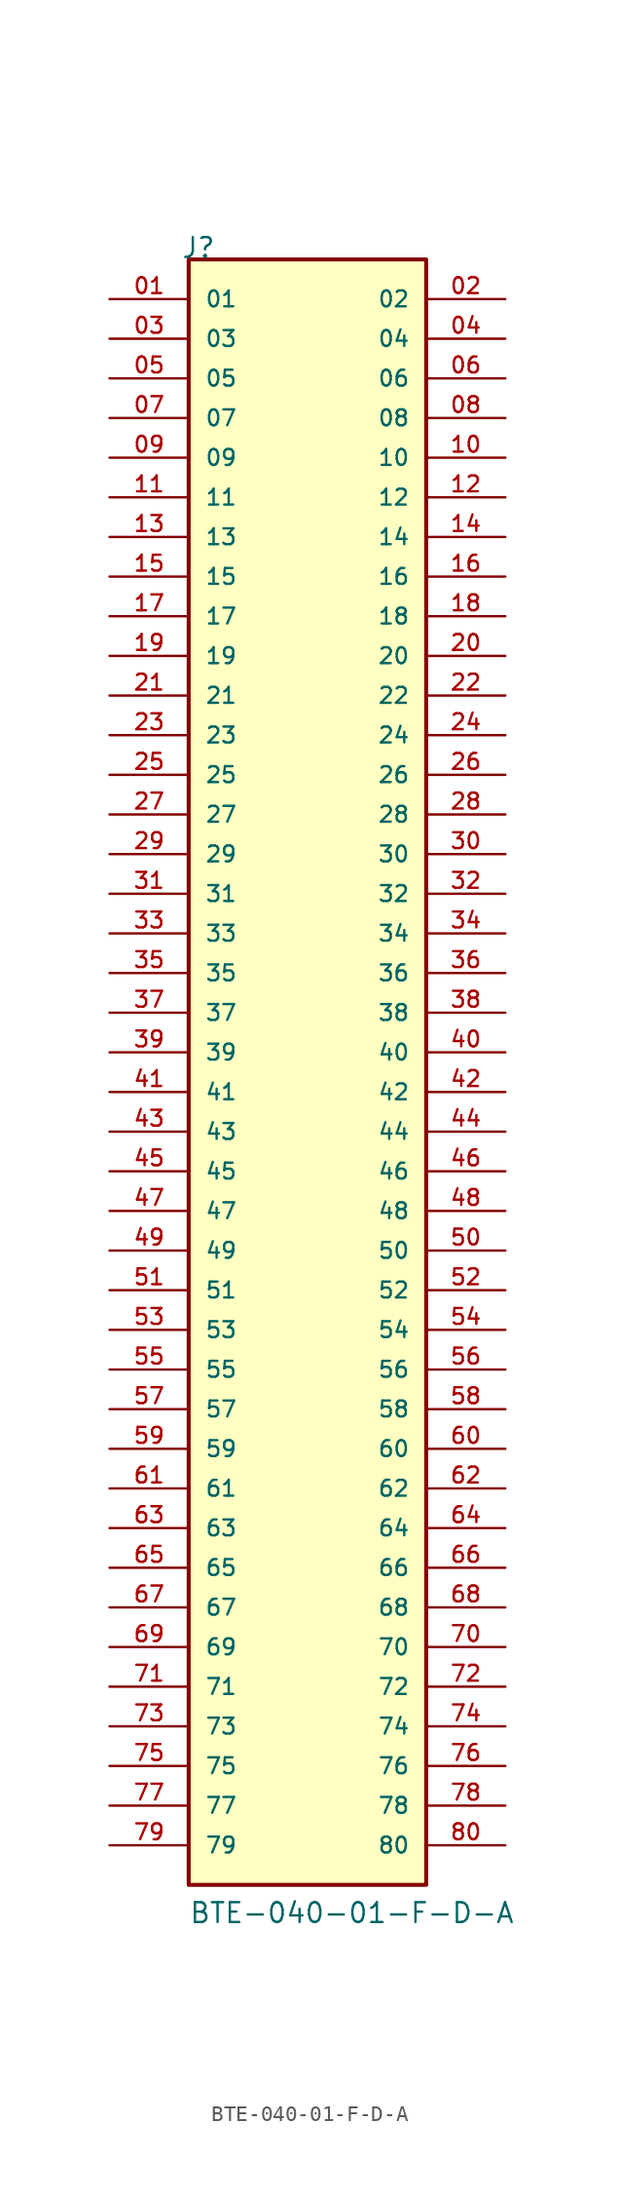
<source format=kicad_sym>
(kicad_symbol_lib
  (version 20231120)
  (generator "kicad_symbol_editor")
  (generator_version "8.0")
  (symbol "BTE-040-01-F-D-A"
    (pin_names
      (offset 1.016))
    (property "Reference" "J"
      (at -8.12 53.34 0)
      (effects (font (size 1.27 1.27)) (justify left bottom)))
    (property "Value" "BTE-040-01-F-D-A"
      (at -7.62 -53.34 0)
      (effects (font (size 1.27 1.27)) (justify left bottom)))
    (symbol "BTE-040-01-F-D-A_0_0"
      (rectangle (start -7.62 -50.8) (end 7.62 53.34) (stroke (width 0.254) (type default)) (fill (type background)))
      (pin passive line (at -12.7 50.8 0) (length 5.08) (name "01" (effects (font (size 1.016 1.016)))) (number "01" (effects (font (size 1.016 1.016)))))
      (pin passive line (at 12.7 50.8 180) (length 5.08) (name "02" (effects (font (size 1.016 1.016)))) (number "02" (effects (font (size 1.016 1.016)))))
      (pin passive line (at -12.7 48.26 0) (length 5.08) (name "03" (effects (font (size 1.016 1.016)))) (number "03" (effects (font (size 1.016 1.016)))))
      (pin passive line (at 12.7 48.26 180) (length 5.08) (name "04" (effects (font (size 1.016 1.016)))) (number "04" (effects (font (size 1.016 1.016)))))
      (pin passive line (at -12.7 45.72 0) (length 5.08) (name "05" (effects (font (size 1.016 1.016)))) (number "05" (effects (font (size 1.016 1.016)))))
      (pin passive line (at 12.7 45.72 180) (length 5.08) (name "06" (effects (font (size 1.016 1.016)))) (number "06" (effects (font (size 1.016 1.016)))))
      (pin passive line (at -12.7 43.18 0) (length 5.08) (name "07" (effects (font (size 1.016 1.016)))) (number "07" (effects (font (size 1.016 1.016)))))
      (pin passive line (at 12.7 43.18 180) (length 5.08) (name "08" (effects (font (size 1.016 1.016)))) (number "08" (effects (font (size 1.016 1.016)))))
      (pin passive line (at -12.7 40.64 0) (length 5.08) (name "09" (effects (font (size 1.016 1.016)))) (number "09" (effects (font (size 1.016 1.016)))))
      (pin passive line (at 12.7 40.64 180) (length 5.08) (name "10" (effects (font (size 1.016 1.016)))) (number "10" (effects (font (size 1.016 1.016)))))
      (pin passive line (at -12.7 38.1 0) (length 5.08) (name "11" (effects (font (size 1.016 1.016)))) (number "11" (effects (font (size 1.016 1.016)))))
      (pin passive line (at 12.7 38.1 180) (length 5.08) (name "12" (effects (font (size 1.016 1.016)))) (number "12" (effects (font (size 1.016 1.016)))))
      (pin passive line (at -12.7 35.56 0) (length 5.08) (name "13" (effects (font (size 1.016 1.016)))) (number "13" (effects (font (size 1.016 1.016)))))
      (pin passive line (at 12.7 35.56 180) (length 5.08) (name "14" (effects (font (size 1.016 1.016)))) (number "14" (effects (font (size 1.016 1.016)))))
      (pin passive line (at -12.7 33.02 0) (length 5.08) (name "15" (effects (font (size 1.016 1.016)))) (number "15" (effects (font (size 1.016 1.016)))))
      (pin passive line (at 12.7 33.02 180) (length 5.08) (name "16" (effects (font (size 1.016 1.016)))) (number "16" (effects (font (size 1.016 1.016)))))
      (pin passive line (at -12.7 30.48 0) (length 5.08) (name "17" (effects (font (size 1.016 1.016)))) (number "17" (effects (font (size 1.016 1.016)))))
      (pin passive line (at 12.7 30.48 180) (length 5.08) (name "18" (effects (font (size 1.016 1.016)))) (number "18" (effects (font (size 1.016 1.016)))))
      (pin passive line (at -12.7 27.94 0) (length 5.08) (name "19" (effects (font (size 1.016 1.016)))) (number "19" (effects (font (size 1.016 1.016)))))
      (pin passive line (at 12.7 27.94 180) (length 5.08) (name "20" (effects (font (size 1.016 1.016)))) (number "20" (effects (font (size 1.016 1.016)))))
      (pin passive line (at -12.7 25.4 0) (length 5.08) (name "21" (effects (font (size 1.016 1.016)))) (number "21" (effects (font (size 1.016 1.016)))))
      (pin passive line (at 12.7 25.4 180) (length 5.08) (name "22" (effects (font (size 1.016 1.016)))) (number "22" (effects (font (size 1.016 1.016)))))
      (pin passive line (at -12.7 22.86 0) (length 5.08) (name "23" (effects (font (size 1.016 1.016)))) (number "23" (effects (font (size 1.016 1.016)))))
      (pin passive line (at 12.7 22.86 180) (length 5.08) (name "24" (effects (font (size 1.016 1.016)))) (number "24" (effects (font (size 1.016 1.016)))))
      (pin passive line (at -12.7 20.32 0) (length 5.08) (name "25" (effects (font (size 1.016 1.016)))) (number "25" (effects (font (size 1.016 1.016)))))
      (pin passive line (at 12.7 20.32 180) (length 5.08) (name "26" (effects (font (size 1.016 1.016)))) (number "26" (effects (font (size 1.016 1.016)))))
      (pin passive line (at -12.7 17.78 0) (length 5.08) (name "27" (effects (font (size 1.016 1.016)))) (number "27" (effects (font (size 1.016 1.016)))))
      (pin passive line (at 12.7 17.78 180) (length 5.08) (name "28" (effects (font (size 1.016 1.016)))) (number "28" (effects (font (size 1.016 1.016)))))
      (pin passive line (at -12.7 15.24 0) (length 5.08) (name "29" (effects (font (size 1.016 1.016)))) (number "29" (effects (font (size 1.016 1.016)))))
      (pin passive line (at 12.7 15.24 180) (length 5.08) (name "30" (effects (font (size 1.016 1.016)))) (number "30" (effects (font (size 1.016 1.016)))))
      (pin passive line (at -12.7 12.7 0) (length 5.08) (name "31" (effects (font (size 1.016 1.016)))) (number "31" (effects (font (size 1.016 1.016)))))
      (pin passive line (at 12.7 12.7 180) (length 5.08) (name "32" (effects (font (size 1.016 1.016)))) (number "32" (effects (font (size 1.016 1.016)))))
      (pin passive line (at -12.7 10.16 0) (length 5.08) (name "33" (effects (font (size 1.016 1.016)))) (number "33" (effects (font (size 1.016 1.016)))))
      (pin passive line (at 12.7 10.16 180) (length 5.08) (name "34" (effects (font (size 1.016 1.016)))) (number "34" (effects (font (size 1.016 1.016)))))
      (pin passive line (at -12.7 7.62 0) (length 5.08) (name "35" (effects (font (size 1.016 1.016)))) (number "35" (effects (font (size 1.016 1.016)))))
      (pin passive line (at 12.7 7.62 180) (length 5.08) (name "36" (effects (font (size 1.016 1.016)))) (number "36" (effects (font (size 1.016 1.016)))))
      (pin passive line (at -12.7 5.08 0) (length 5.08) (name "37" (effects (font (size 1.016 1.016)))) (number "37" (effects (font (size 1.016 1.016)))))
      (pin passive line (at 12.7 5.08 180) (length 5.08) (name "38" (effects (font (size 1.016 1.016)))) (number "38" (effects (font (size 1.016 1.016)))))
      (pin passive line (at -12.7 2.54 0) (length 5.08) (name "39" (effects (font (size 1.016 1.016)))) (number "39" (effects (font (size 1.016 1.016)))))
      (pin passive line (at 12.7 2.54 180) (length 5.08) (name "40" (effects (font (size 1.016 1.016)))) (number "40" (effects (font (size 1.016 1.016)))))
      (pin passive line (at -12.7 0 0) (length 5.08) (name "41" (effects (font (size 1.016 1.016)))) (number "41" (effects (font (size 1.016 1.016)))))
      (pin passive line (at 12.7 0 180) (length 5.08) (name "42" (effects (font (size 1.016 1.016)))) (number "42" (effects (font (size 1.016 1.016)))))
      (pin passive line (at -12.7 -2.54 0) (length 5.08) (name "43" (effects (font (size 1.016 1.016)))) (number "43" (effects (font (size 1.016 1.016)))))
      (pin passive line (at 12.7 -2.54 180) (length 5.08) (name "44" (effects (font (size 1.016 1.016)))) (number "44" (effects (font (size 1.016 1.016)))))
      (pin passive line (at -12.7 -5.08 0) (length 5.08) (name "45" (effects (font (size 1.016 1.016)))) (number "45" (effects (font (size 1.016 1.016)))))
      (pin passive line (at 12.7 -5.08 180) (length 5.08) (name "46" (effects (font (size 1.016 1.016)))) (number "46" (effects (font (size 1.016 1.016)))))
      (pin passive line (at -12.7 -7.62 0) (length 5.08) (name "47" (effects (font (size 1.016 1.016)))) (number "47" (effects (font (size 1.016 1.016)))))
      (pin passive line (at 12.7 -7.62 180) (length 5.08) (name "48" (effects (font (size 1.016 1.016)))) (number "48" (effects (font (size 1.016 1.016)))))
      (pin passive line (at -12.7 -10.16 0) (length 5.08) (name "49" (effects (font (size 1.016 1.016)))) (number "49" (effects (font (size 1.016 1.016)))))
      (pin passive line (at 12.7 -10.16 180) (length 5.08) (name "50" (effects (font (size 1.016 1.016)))) (number "50" (effects (font (size 1.016 1.016)))))
      (pin passive line (at -12.7 -12.7 0) (length 5.08) (name "51" (effects (font (size 1.016 1.016)))) (number "51" (effects (font (size 1.016 1.016)))))
      (pin passive line (at 12.7 -12.7 180) (length 5.08) (name "52" (effects (font (size 1.016 1.016)))) (number "52" (effects (font (size 1.016 1.016)))))
      (pin passive line (at -12.7 -15.24 0) (length 5.08) (name "53" (effects (font (size 1.016 1.016)))) (number "53" (effects (font (size 1.016 1.016)))))
      (pin passive line (at 12.7 -15.24 180) (length 5.08) (name "54" (effects (font (size 1.016 1.016)))) (number "54" (effects (font (size 1.016 1.016)))))
      (pin passive line (at -12.7 -17.78 0) (length 5.08) (name "55" (effects (font (size 1.016 1.016)))) (number "55" (effects (font (size 1.016 1.016)))))
      (pin passive line (at 12.7 -17.78 180) (length 5.08) (name "56" (effects (font (size 1.016 1.016)))) (number "56" (effects (font (size 1.016 1.016)))))
      (pin passive line (at -12.7 -20.32 0) (length 5.08) (name "57" (effects (font (size 1.016 1.016)))) (number "57" (effects (font (size 1.016 1.016)))))
      (pin passive line (at 12.7 -20.32 180) (length 5.08) (name "58" (effects (font (size 1.016 1.016)))) (number "58" (effects (font (size 1.016 1.016)))))
      (pin passive line (at -12.7 -22.86 0) (length 5.08) (name "59" (effects (font (size 1.016 1.016)))) (number "59" (effects (font (size 1.016 1.016)))))
      (pin passive line (at 12.7 -22.86 180) (length 5.08) (name "60" (effects (font (size 1.016 1.016)))) (number "60" (effects (font (size 1.016 1.016)))))
      (pin passive line (at -12.7 -25.4 0) (length 5.08) (name "61" (effects (font (size 1.016 1.016)))) (number "61" (effects (font (size 1.016 1.016)))))
      (pin passive line (at 12.7 -25.4 180) (length 5.08) (name "62" (effects (font (size 1.016 1.016)))) (number "62" (effects (font (size 1.016 1.016)))))
      (pin passive line (at -12.7 -27.94 0) (length 5.08) (name "63" (effects (font (size 1.016 1.016)))) (number "63" (effects (font (size 1.016 1.016)))))
      (pin passive line (at 12.7 -27.94 180) (length 5.08) (name "64" (effects (font (size 1.016 1.016)))) (number "64" (effects (font (size 1.016 1.016)))))
      (pin passive line (at -12.7 -30.48 0) (length 5.08) (name "65" (effects (font (size 1.016 1.016)))) (number "65" (effects (font (size 1.016 1.016)))))
      (pin passive line (at 12.7 -30.48 180) (length 5.08) (name "66" (effects (font (size 1.016 1.016)))) (number "66" (effects (font (size 1.016 1.016)))))
      (pin passive line (at -12.7 -33.02 0) (length 5.08) (name "67" (effects (font (size 1.016 1.016)))) (number "67" (effects (font (size 1.016 1.016)))))
      (pin passive line (at 12.7 -33.02 180) (length 5.08) (name "68" (effects (font (size 1.016 1.016)))) (number "68" (effects (font (size 1.016 1.016)))))
      (pin passive line (at -12.7 -35.56 0) (length 5.08) (name "69" (effects (font (size 1.016 1.016)))) (number "69" (effects (font (size 1.016 1.016)))))
      (pin passive line (at 12.7 -35.56 180) (length 5.08) (name "70" (effects (font (size 1.016 1.016)))) (number "70" (effects (font (size 1.016 1.016)))))
      (pin passive line (at -12.7 -38.1 0) (length 5.08) (name "71" (effects (font (size 1.016 1.016)))) (number "71" (effects (font (size 1.016 1.016)))))
      (pin passive line (at 12.7 -38.1 180) (length 5.08) (name "72" (effects (font (size 1.016 1.016)))) (number "72" (effects (font (size 1.016 1.016)))))
      (pin passive line (at -12.7 -40.64 0) (length 5.08) (name "73" (effects (font (size 1.016 1.016)))) (number "73" (effects (font (size 1.016 1.016)))))
      (pin passive line (at 12.7 -40.64 180) (length 5.08) (name "74" (effects (font (size 1.016 1.016)))) (number "74" (effects (font (size 1.016 1.016)))))
      (pin passive line (at -12.7 -43.18 0) (length 5.08) (name "75" (effects (font (size 1.016 1.016)))) (number "75" (effects (font (size 1.016 1.016)))))
      (pin passive line (at 12.7 -43.18 180) (length 5.08) (name "76" (effects (font (size 1.016 1.016)))) (number "76" (effects (font (size 1.016 1.016)))))
      (pin passive line (at -12.7 -45.72 0) (length 5.08) (name "77" (effects (font (size 1.016 1.016)))) (number "77" (effects (font (size 1.016 1.016)))))
      (pin passive line (at 12.7 -45.72 180) (length 5.08) (name "78" (effects (font (size 1.016 1.016)))) (number "78" (effects (font (size 1.016 1.016)))))
      (pin passive line (at -12.7 -48.26 0) (length 5.08) (name "79" (effects (font (size 1.016 1.016)))) (number "79" (effects (font (size 1.016 1.016)))))
      (pin passive line (at 12.7 -48.26 180) (length 5.08) (name "80" (effects (font (size 1.016 1.016)))) (number "80" (effects (font (size 1.016 1.016))))))))
</source>
